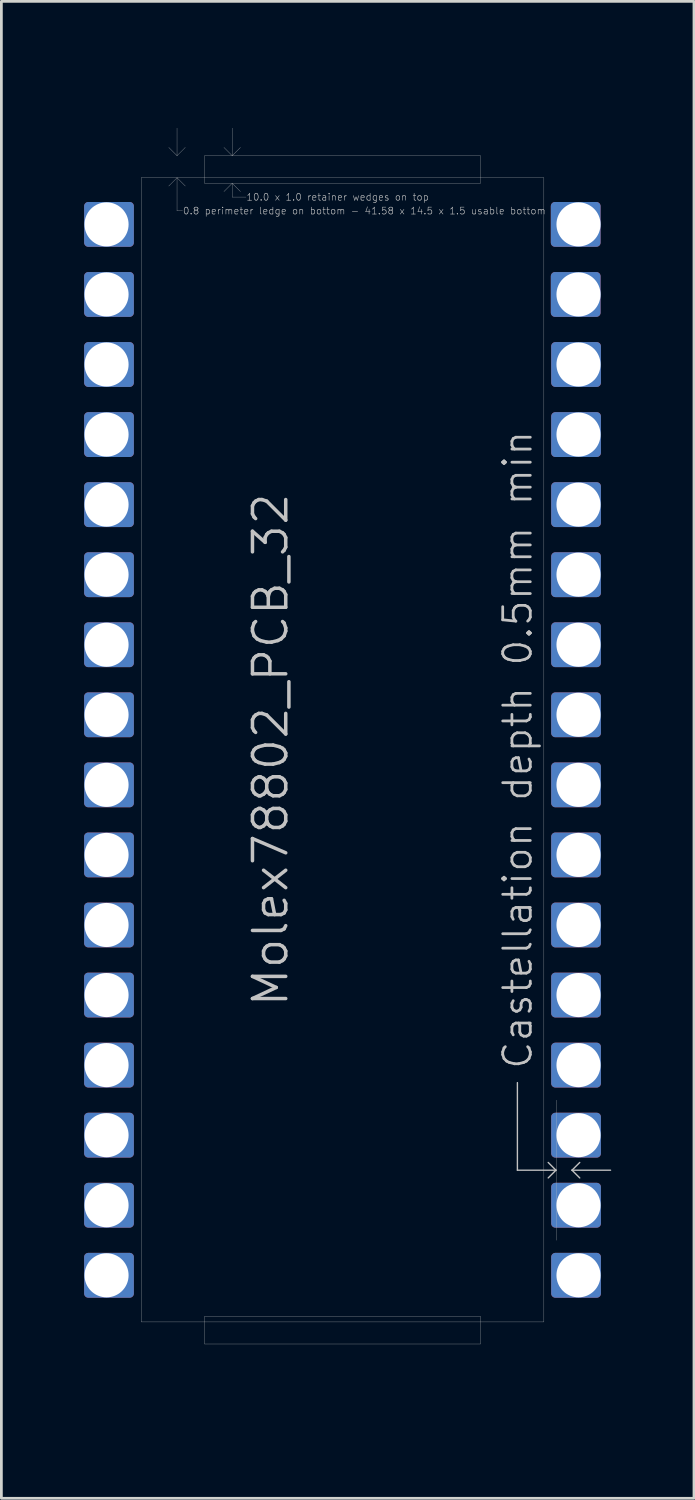
<source format=kicad_pcb>
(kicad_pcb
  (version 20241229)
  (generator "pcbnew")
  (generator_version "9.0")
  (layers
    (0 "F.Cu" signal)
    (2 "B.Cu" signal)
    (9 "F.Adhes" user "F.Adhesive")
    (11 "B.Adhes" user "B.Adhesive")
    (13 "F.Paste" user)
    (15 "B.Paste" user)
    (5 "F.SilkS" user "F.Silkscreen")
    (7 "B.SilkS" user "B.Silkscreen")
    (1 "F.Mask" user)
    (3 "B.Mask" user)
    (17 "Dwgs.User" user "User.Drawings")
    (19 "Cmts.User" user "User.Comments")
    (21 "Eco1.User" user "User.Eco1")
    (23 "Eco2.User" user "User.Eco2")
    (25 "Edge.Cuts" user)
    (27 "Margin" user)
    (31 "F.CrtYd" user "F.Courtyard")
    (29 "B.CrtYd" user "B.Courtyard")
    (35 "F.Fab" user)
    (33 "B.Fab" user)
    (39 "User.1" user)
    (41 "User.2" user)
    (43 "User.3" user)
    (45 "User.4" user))
  (footprint "Molex78802_PCB_32"
    (layer "F.Cu")
    (at 9.368 24.135)
    (property "Reference" "Molex78802_PCB_32" (at -1.905 0 270) (layer "Dwgs.User") (effects (font (size 1.206 1.206) (thickness 0.127)) (justify bottom)))
    (attr exclude_from_pos_files exclude_from_bom)
    (fp_poly (pts (xy -7.717 -18.39) (xy -9.216 -18.39) (xy -9.216 -19.71) (xy -7.717 -19.71)) (stroke (width 0.305) (type solid)) (fill yes) (layer "F.Cu"))
    (fp_poly (pts (xy -7.717 -15.85) (xy -9.216 -15.85) (xy -9.216 -17.17) (xy -7.717 -17.17)) (stroke (width 0.305) (type solid)) (fill yes) (layer "F.Cu"))
    (fp_poly (pts (xy -7.717 -13.31) (xy -9.216 -13.31) (xy -9.216 -14.63) (xy -7.717 -14.63)) (stroke (width 0.305) (type solid)) (fill yes) (layer "F.Cu"))
    (fp_poly (pts (xy -7.717 -10.77) (xy -9.216 -10.77) (xy -9.216 -12.09) (xy -7.717 -12.09)) (stroke (width 0.305) (type solid)) (fill yes) (layer "F.Cu"))
    (fp_poly (pts (xy -7.717 -8.23) (xy -9.216 -8.23) (xy -9.216 -9.55) (xy -7.717 -9.55)) (stroke (width 0.305) (type solid)) (fill yes) (layer "F.Cu"))
    (fp_poly (pts (xy -7.717 -5.69) (xy -9.216 -5.69) (xy -9.216 -7.01) (xy -7.717 -7.01)) (stroke (width 0.305) (type solid)) (fill yes) (layer "F.Cu"))
    (fp_poly (pts (xy -7.717 -3.15) (xy -9.216 -3.15) (xy -9.216 -4.47) (xy -7.717 -4.47)) (stroke (width 0.305) (type solid)) (fill yes) (layer "F.Cu"))
    (fp_poly (pts (xy -7.717 -0.61) (xy -9.216 -0.61) (xy -9.216 -1.93) (xy -7.717 -1.93)) (stroke (width 0.305) (type solid)) (fill yes) (layer "F.Cu"))
    (fp_poly (pts (xy -7.717 1.93) (xy -9.216 1.93) (xy -9.216 0.61) (xy -7.717 0.61)) (stroke (width 0.305) (type solid)) (fill yes) (layer "F.Cu"))
    (fp_poly (pts (xy -7.717 4.47) (xy -9.216 4.47) (xy -9.216 3.15) (xy -7.717 3.15)) (stroke (width 0.305) (type solid)) (fill yes) (layer "F.Cu"))
    (fp_poly (pts (xy -7.717 7.01) (xy -9.216 7.01) (xy -9.216 5.69) (xy -7.717 5.69)) (stroke (width 0.305) (type solid)) (fill yes) (layer "F.Cu"))
    (fp_poly (pts (xy -7.717 9.55) (xy -9.216 9.55) (xy -9.216 8.23) (xy -7.717 8.23)) (stroke (width 0.305) (type solid)) (fill yes) (layer "F.Cu"))
    (fp_poly (pts (xy -7.717 12.09) (xy -9.216 12.09) (xy -9.216 10.77) (xy -7.717 10.77)) (stroke (width 0.305) (type solid)) (fill yes) (layer "F.Cu"))
    (fp_poly (pts (xy -7.717 14.63) (xy -9.216 14.63) (xy -9.216 13.31) (xy -7.717 13.31)) (stroke (width 0.305) (type solid)) (fill yes) (layer "F.Cu"))
    (fp_poly (pts (xy -7.717 17.17) (xy -9.216 17.17) (xy -9.216 15.85) (xy -7.717 15.85)) (stroke (width 0.305) (type solid)) (fill yes) (layer "F.Cu"))
    (fp_poly (pts (xy -7.717 19.71) (xy -9.216 19.71) (xy -9.216 18.39) (xy -7.717 18.39)) (stroke (width 0.305) (type solid)) (fill yes) (layer "F.Cu"))
    (fp_poly (pts (xy 9.203 -18.39) (xy 7.704 -18.39) (xy 7.704 -19.71) (xy 9.203 -19.71)) (stroke (width 0.305) (type solid)) (fill yes) (layer "F.Cu"))
    (fp_poly (pts (xy 9.203 -15.85) (xy 7.704 -15.85) (xy 7.704 -17.17) (xy 9.203 -17.17)) (stroke (width 0.305) (type solid)) (fill yes) (layer "F.Cu"))
    (fp_poly (pts (xy 9.216 -13.31) (xy 7.717 -13.31) (xy 7.717 -14.63) (xy 9.216 -14.63)) (stroke (width 0.305) (type solid)) (fill yes) (layer "F.Cu"))
    (fp_poly (pts (xy 9.216 -10.77) (xy 7.717 -10.77) (xy 7.717 -12.09) (xy 9.216 -12.09)) (stroke (width 0.305) (type solid)) (fill yes) (layer "F.Cu"))
    (fp_poly (pts (xy 9.216 -8.23) (xy 7.717 -8.23) (xy 7.717 -9.55) (xy 9.216 -9.55)) (stroke (width 0.305) (type solid)) (fill yes) (layer "F.Cu"))
    (fp_poly (pts (xy 9.216 -5.69) (xy 7.717 -5.69) (xy 7.717 -7.01) (xy 9.216 -7.01)) (stroke (width 0.305) (type solid)) (fill yes) (layer "F.Cu"))
    (fp_poly (pts (xy 9.216 -3.15) (xy 7.717 -3.15) (xy 7.717 -4.47) (xy 9.216 -4.47)) (stroke (width 0.305) (type solid)) (fill yes) (layer "F.Cu"))
    (fp_poly (pts (xy 9.216 -0.61) (xy 7.717 -0.61) (xy 7.717 -1.93) (xy 9.216 -1.93)) (stroke (width 0.305) (type solid)) (fill yes) (layer "F.Cu"))
    (fp_poly (pts (xy 9.216 1.93) (xy 7.717 1.93) (xy 7.717 0.61) (xy 9.216 0.61)) (stroke (width 0.305) (type solid)) (fill yes) (layer "F.Cu"))
    (fp_poly (pts (xy 9.216 4.47) (xy 7.717 4.47) (xy 7.717 3.15) (xy 9.216 3.15)) (stroke (width 0.305) (type solid)) (fill yes) (layer "F.Cu"))
    (fp_poly (pts (xy 9.216 7.01) (xy 7.717 7.01) (xy 7.717 5.69) (xy 9.216 5.69)) (stroke (width 0.305) (type solid)) (fill yes) (layer "F.Cu"))
    (fp_poly (pts (xy 9.216 9.55) (xy 7.717 9.55) (xy 7.717 8.23) (xy 9.216 8.23)) (stroke (width 0.305) (type solid)) (fill yes) (layer "F.Cu"))
    (fp_poly (pts (xy 9.216 12.09) (xy 7.717 12.09) (xy 7.717 10.77) (xy 9.216 10.77)) (stroke (width 0.305) (type solid)) (fill yes) (layer "F.Cu"))
    (fp_poly (pts (xy 9.216 14.63) (xy 7.717 14.63) (xy 7.717 13.31) (xy 9.216 13.31)) (stroke (width 0.305) (type solid)) (fill yes) (layer "F.Cu"))
    (fp_poly (pts (xy 9.216 17.17) (xy 7.717 17.17) (xy 7.717 15.85) (xy 9.216 15.85)) (stroke (width 0.305) (type solid)) (fill yes) (layer "F.Cu"))
    (fp_poly (pts (xy 9.216 19.71) (xy 7.717 19.71) (xy 7.717 18.39) (xy 9.216 18.39)) (stroke (width 0.305) (type solid)) (fill yes) (layer "F.Cu"))
    (fp_poly (pts (xy -7.717 -18.39) (xy -9.216 -18.39) (xy -9.216 -19.71) (xy -7.717 -19.71)) (stroke (width 0.305) (type solid)) (fill yes) (layer "B.Cu"))
    (fp_poly (pts (xy -7.717 -15.85) (xy -9.216 -15.85) (xy -9.216 -17.17) (xy -7.717 -17.17)) (stroke (width 0.305) (type solid)) (fill yes) (layer "B.Cu"))
    (fp_poly (pts (xy -7.717 -14.63) (xy -9.216 -14.63) (xy -9.216 -13.31) (xy -7.717 -13.31)) (stroke (width 0.305) (type solid)) (fill yes) (layer "B.Cu"))
    (fp_poly (pts (xy -7.717 -12.09) (xy -9.216 -12.09) (xy -9.216 -10.77) (xy -7.717 -10.77)) (stroke (width 0.305) (type solid)) (fill yes) (layer "B.Cu"))
    (fp_poly (pts (xy -7.717 -9.55) (xy -9.216 -9.55) (xy -9.216 -8.23) (xy -7.717 -8.23)) (stroke (width 0.305) (type solid)) (fill yes) (layer "B.Cu"))
    (fp_poly (pts (xy -7.717 -7.01) (xy -9.216 -7.01) (xy -9.216 -5.69) (xy -7.717 -5.69)) (stroke (width 0.305) (type solid)) (fill yes) (layer "B.Cu"))
    (fp_poly (pts (xy -7.717 -4.47) (xy -9.216 -4.47) (xy -9.216 -3.15) (xy -7.717 -3.15)) (stroke (width 0.305) (type solid)) (fill yes) (layer "B.Cu"))
    (fp_poly (pts (xy -7.717 -1.93) (xy -9.216 -1.93) (xy -9.216 -0.61) (xy -7.717 -0.61)) (stroke (width 0.305) (type solid)) (fill yes) (layer "B.Cu"))
    (fp_poly (pts (xy -7.717 0.61) (xy -9.216 0.61) (xy -9.216 1.93) (xy -7.717 1.93)) (stroke (width 0.305) (type solid)) (fill yes) (layer "B.Cu"))
    (fp_poly (pts (xy -7.717 3.15) (xy -9.216 3.15) (xy -9.216 4.47) (xy -7.717 4.47)) (stroke (width 0.305) (type solid)) (fill yes) (layer "B.Cu"))
    (fp_poly (pts (xy -7.717 5.69) (xy -9.216 5.69) (xy -9.216 7.01) (xy -7.717 7.01)) (stroke (width 0.305) (type solid)) (fill yes) (layer "B.Cu"))
    (fp_poly (pts (xy -7.717 8.23) (xy -9.216 8.23) (xy -9.216 9.55) (xy -7.717 9.55)) (stroke (width 0.305) (type solid)) (fill yes) (layer "B.Cu"))
    (fp_poly (pts (xy -7.717 10.77) (xy -9.216 10.77) (xy -9.216 12.09) (xy -7.717 12.09)) (stroke (width 0.305) (type solid)) (fill yes) (layer "B.Cu"))
    (fp_poly (pts (xy -7.717 13.31) (xy -9.216 13.31) (xy -9.216 14.63) (xy -7.717 14.63)) (stroke (width 0.305) (type solid)) (fill yes) (layer "B.Cu"))
    (fp_poly (pts (xy -7.717 15.85) (xy -9.216 15.85) (xy -9.216 17.17) (xy -7.717 17.17)) (stroke (width 0.305) (type solid)) (fill yes) (layer "B.Cu"))
    (fp_poly (pts (xy -7.717 18.39) (xy -9.216 18.39) (xy -9.216 19.71) (xy -7.717 19.71)) (stroke (width 0.305) (type solid)) (fill yes) (layer "B.Cu"))
    (fp_poly (pts (xy 9.203 -18.39) (xy 7.704 -18.39) (xy 7.704 -19.71) (xy 9.203 -19.71)) (stroke (width 0.305) (type solid)) (fill yes) (layer "B.Cu"))
    (fp_poly (pts (xy 9.203 -15.85) (xy 7.704 -15.85) (xy 7.704 -17.17) (xy 9.203 -17.17)) (stroke (width 0.305) (type solid)) (fill yes) (layer "B.Cu"))
    (fp_poly (pts (xy 9.216 -14.63) (xy 7.717 -14.63) (xy 7.717 -13.31) (xy 9.216 -13.31)) (stroke (width 0.305) (type solid)) (fill yes) (layer "B.Cu"))
    (fp_poly (pts (xy 9.216 -12.09) (xy 7.717 -12.09) (xy 7.717 -10.77) (xy 9.216 -10.77)) (stroke (width 0.305) (type solid)) (fill yes) (layer "B.Cu"))
    (fp_poly (pts (xy 9.216 -9.55) (xy 7.717 -9.55) (xy 7.717 -8.23) (xy 9.216 -8.23)) (stroke (width 0.305) (type solid)) (fill yes) (layer "B.Cu"))
    (fp_poly (pts (xy 9.216 -7.01) (xy 7.717 -7.01) (xy 7.717 -5.69) (xy 9.216 -5.69)) (stroke (width 0.305) (type solid)) (fill yes) (layer "B.Cu"))
    (fp_poly (pts (xy 9.216 -4.47) (xy 7.717 -4.47) (xy 7.717 -3.15) (xy 9.216 -3.15)) (stroke (width 0.305) (type solid)) (fill yes) (layer "B.Cu"))
    (fp_poly (pts (xy 9.216 -1.93) (xy 7.717 -1.93) (xy 7.717 -0.61) (xy 9.216 -0.61)) (stroke (width 0.305) (type solid)) (fill yes) (layer "B.Cu"))
    (fp_poly (pts (xy 9.216 0.61) (xy 7.717 0.61) (xy 7.717 1.93) (xy 9.216 1.93)) (stroke (width 0.305) (type solid)) (fill yes) (layer "B.Cu"))
    (fp_poly (pts (xy 9.216 3.15) (xy 7.717 3.15) (xy 7.717 4.47) (xy 9.216 4.47)) (stroke (width 0.305) (type solid)) (fill yes) (layer "B.Cu"))
    (fp_poly (pts (xy 9.216 5.69) (xy 7.717 5.69) (xy 7.717 7.01) (xy 9.216 7.01)) (stroke (width 0.305) (type solid)) (fill yes) (layer "B.Cu"))
    (fp_poly (pts (xy 9.216 8.23) (xy 7.717 8.23) (xy 7.717 9.55) (xy 9.216 9.55)) (stroke (width 0.305) (type solid)) (fill yes) (layer "B.Cu"))
    (fp_poly (pts (xy 9.216 10.77) (xy 7.717 10.77) (xy 7.717 12.09) (xy 9.216 12.09)) (stroke (width 0.305) (type solid)) (fill yes) (layer "B.Cu"))
    (fp_poly (pts (xy 9.216 13.31) (xy 7.717 13.31) (xy 7.717 14.63) (xy 9.216 14.63)) (stroke (width 0.305) (type solid)) (fill yes) (layer "B.Cu"))
    (fp_poly (pts (xy 9.216 15.85) (xy 7.717 15.85) (xy 7.717 17.17) (xy 9.216 17.17)) (stroke (width 0.305) (type solid)) (fill yes) (layer "B.Cu"))
    (fp_poly (pts (xy 9.216 18.39) (xy 7.717 18.39) (xy 7.717 19.71) (xy 9.216 19.71)) (stroke (width 0.305) (type solid)) (fill yes) (layer "B.Cu"))
    (fp_line (start -7.3 -20.74) (end -7.3 20.74) (stroke (width 0.01) (type solid)) (layer "Dwgs.User"))
    (fp_line (start -7.3 -20.74) (end 7.3 -20.74) (stroke (width 0.01) (type solid)) (layer "Dwgs.User"))
    (fp_line (start -7.3 20.74) (end 7.3 20.74) (stroke (width 0.01) (type solid)) (layer "Dwgs.User"))
    (fp_line (start -6 -21.54) (end -6.3 -21.84) (stroke (width 0.01) (type solid)) (layer "Dwgs.User"))
    (fp_line (start -6 -21.54) (end -6 -22.54) (stroke (width 0.01) (type solid)) (layer "Dwgs.User"))
    (fp_line (start -6 -21.54) (end -5.7 -21.84) (stroke (width 0.01) (type solid)) (layer "Dwgs.User"))
    (fp_line (start -6 -20.74) (end -6.3 -20.44) (stroke (width 0.01) (type solid)) (layer "Dwgs.User"))
    (fp_line (start -6 -20.74) (end -6 -19.54) (stroke (width 0.01) (type solid)) (layer "Dwgs.User"))
    (fp_line (start -6 -20.74) (end -5.7 -20.44) (stroke (width 0.01) (type solid)) (layer "Dwgs.User"))
    (fp_line (start -6 -19.54) (end -5.8 -19.54) (stroke (width 0.01) (type solid)) (layer "Dwgs.User"))
    (fp_line (start -5 -21.54) (end -5 -20.54) (stroke (width 0.01) (type solid)) (layer "Dwgs.User"))
    (fp_line (start -5 -20.54) (end 5 -20.54) (stroke (width 0.01) (type solid)) (layer "Dwgs.User"))
    (fp_line (start -5 20.54) (end -5 21.54) (stroke (width 0.01) (type solid)) (layer "Dwgs.User"))
    (fp_line (start -5 20.54) (end 5 20.54) (stroke (width 0.01) (type solid)) (layer "Dwgs.User"))
    (fp_line (start -5 21.54) (end 5 21.54) (stroke (width 0.01) (type solid)) (layer "Dwgs.User"))
    (fp_line (start -4 -21.54) (end -4.3 -21.84) (stroke (width 0.01) (type solid)) (layer "Dwgs.User"))
    (fp_line (start -4 -21.54) (end -4 -22.54) (stroke (width 0.01) (type solid)) (layer "Dwgs.User"))
    (fp_line (start -4 -21.54) (end -3.7 -21.84) (stroke (width 0.01) (type solid)) (layer "Dwgs.User"))
    (fp_line (start -4 -20.54) (end -4.3 -20.24) (stroke (width 0.01) (type solid)) (layer "Dwgs.User"))
    (fp_line (start -4 -20.54) (end -4 -20.04) (stroke (width 0.01) (type solid)) (layer "Dwgs.User"))
    (fp_line (start -4 -20.54) (end -3.7 -20.24) (stroke (width 0.01) (type solid)) (layer "Dwgs.User"))
    (fp_line (start -4 -20.04) (end -3.5 -20.04) (stroke (width 0.01) (type solid)) (layer "Dwgs.User"))
    (fp_line (start 5 -21.54) (end -5 -21.54) (stroke (width 0.01) (type solid)) (layer "Dwgs.User"))
    (fp_line (start 5 -20.54) (end 5 -21.54) (stroke (width 0.01) (type solid)) (layer "Dwgs.User"))
    (fp_line (start 5 21.54) (end 5 20.54) (stroke (width 0.01) (type solid)) (layer "Dwgs.User"))
    (fp_line (start 6.34 12.065) (end 6.34 15.24) (stroke (width 0.05) (type solid)) (layer "Dwgs.User"))
    (fp_line (start 6.34 15.24) (end 7.737 15.24) (stroke (width 0.05) (type solid)) (layer "Dwgs.User"))
    (fp_line (start 7.3 -20.74) (end 7.3 20.74) (stroke (width 0.01) (type solid)) (layer "Dwgs.User"))
    (fp_line (start 7.457 14.96) (end 7.737 15.24) (stroke (width 0.05) (type solid)) (layer "Dwgs.User"))
    (fp_line (start 7.737 15.24) (end 7.457 15.52) (stroke (width 0.05) (type solid)) (layer "Dwgs.User"))
    (fp_line (start 7.757 17.78) (end 7.757 12.7) (stroke (width 0.01) (type solid)) (layer "Dwgs.User"))
    (fp_line (start 8.32 15.24) (end 8.6 15.52) (stroke (width 0.05) (type solid)) (layer "Dwgs.User"))
    (fp_line (start 8.32 15.24) (end 9.717 15.24) (stroke (width 0.05) (type solid)) (layer "Dwgs.User"))
    (fp_line (start 8.6 14.96) (end 8.32 15.24) (stroke (width 0.05) (type solid)) (layer "Dwgs.User"))
    (fp_line (start -8.26 -21.59) (end -0.762 -21.59) (stroke (width 0.01) (type solid)) (layer "Eco1.User"))
    (fp_line (start -8.26 21.59) (end -8.26 -21.59) (stroke (width 0.01) (type solid)) (layer "Eco1.User"))
    (fp_line (start -8.26 21.59) (end -4.559 21.59) (stroke (width 0.01) (type solid)) (layer "Eco1.User"))
    (fp_line (start -4.559 21.59) (end -4.559 24.13) (stroke (width 0.01) (type solid)) (layer "Eco1.User"))
    (fp_line (start -4.559 24.13) (end -3.035 24.13) (stroke (width 0.01) (type solid)) (layer "Eco1.User"))
    (fp_line (start -3.035 24.13) (end -3.035 21.59) (stroke (width 0.01) (type solid)) (layer "Eco1.User"))
    (fp_line (start -0.762 -24.13) (end 0.762 -24.13) (stroke (width 0.01) (type solid)) (layer "Eco1.User"))
    (fp_line (start -0.762 -21.59) (end -0.762 -24.13) (stroke (width 0.01) (type solid)) (layer "Eco1.User"))
    (fp_line (start 0.762 -24.13) (end 0.762 -21.59) (stroke (width 0.01) (type solid)) (layer "Eco1.User"))
    (fp_line (start 0.762 -21.59) (end 8.26 -21.59) (stroke (width 0.01) (type solid)) (layer "Eco1.User"))
    (fp_line (start 3.035 21.59) (end -3.035 21.59) (stroke (width 0.01) (type solid)) (layer "Eco1.User"))
    (fp_line (start 3.035 24.13) (end 3.035 21.59) (stroke (width 0.01) (type solid)) (layer "Eco1.User"))
    (fp_line (start 4.559 21.59) (end 4.559 24.13) (stroke (width 0.01) (type solid)) (layer "Eco1.User"))
    (fp_line (start 4.559 21.59) (end 8.26 21.59) (stroke (width 0.01) (type solid)) (layer "Eco1.User"))
    (fp_line (start 4.559 24.13) (end 3.035 24.13) (stroke (width 0.01) (type solid)) (layer "Eco1.User"))
    (fp_line (start 8.26 21.59) (end 8.26 -21.59) (stroke (width 0.01) (type solid)) (layer "Eco1.User"))
    (fp_line (start -8.3 21.54) (end -8.3 -19.74) (stroke (width 0.01) (type solid)) (layer "Eco2.User"))
    (fp_line (start -8.3 21.54) (end 8.3 21.54) (stroke (width 0.01) (type solid)) (layer "Eco2.User"))
    (fp_line (start -6.5 -21.54) (end -8.3 -19.74) (stroke (width 0.01) (type solid)) (layer "Eco2.User"))
    (fp_line (start -6.5 -21.54) (end 8.3 -21.54) (stroke (width 0.01) (type solid)) (layer "Eco2.User"))
    (fp_line (start 8.3 21.54) (end 8.3 -21.54) (stroke (width 0.01) (type solid)) (layer "Eco2.User"))
    (fp_text user "0.8 perimeter ledge on bottom - 41.58 x 14.5 x 1.5 usable bottom" (at -5.8 -19.54 0) (layer "Dwgs.User") (effects (font (size 0.25 0.25) (thickness 0.02)) (justify left)))
    (fp_text user "Castellation depth 0.5mm min" (at 6.35 0 270) (layer "Dwgs.User") (effects (font (size 1 1) (thickness 0.1))))
    (fp_text user "10.0 x 1.0 retainer wedges on top" (at -3.5 -20.04 0) (layer "Dwgs.User") (effects (font (size 0.25 0.25) (thickness 0.02)) (justify left)))
    (fp_text user "Eco1.User is Edge.Cuts for use without carrier." (at -4.445 0 270) (layer "Eco1.User") (effects (font (size 0.8 0.8) (thickness 0.05))))
    (fp_text user "Board outline: 0.01mm grid, copy Eco2.User" (at -6 0 270) (layer "Eco2.User") (effects (font (size 1 1) (thickness 0.1))))
    (pad "1" thru_hole circle (at -8.555 -19.05) (size 1.6 1.6) (drill 1.598) (layers "*.Cu" "*.Mask"))
    (pad "2" thru_hole circle (at -8.555 -16.51) (size 1.6 1.6) (drill 1.598) (layers "*.Cu" "*.Mask"))
    (pad "3" thru_hole circle (at -8.555 -13.97) (size 1.6 1.6) (drill 1.598) (layers "*.Cu" "*.Mask"))
    (pad "4" thru_hole circle (at -8.555 -11.43) (size 1.6 1.6) (drill 1.598) (layers "*.Cu" "*.Mask"))
    (pad "5" thru_hole circle (at -8.555 -8.89) (size 1.6 1.6) (drill 1.598) (layers "*.Cu" "*.Mask"))
    (pad "6" thru_hole circle (at -8.555 -6.35) (size 1.6 1.6) (drill 1.598) (layers "*.Cu" "*.Mask"))
    (pad "7" thru_hole circle (at -8.555 -3.81) (size 1.6 1.6) (drill 1.598) (layers "*.Cu" "*.Mask"))
    (pad "8" thru_hole circle (at -8.555 -1.27) (size 1.6 1.6) (drill 1.598) (layers "*.Cu" "*.Mask"))
    (pad "9" thru_hole circle (at -8.555 1.27) (size 1.6 1.6) (drill 1.598) (layers "*.Cu" "*.Mask"))
    (pad "10" thru_hole circle (at -8.555 3.81) (size 1.6 1.6) (drill 1.598) (layers "*.Cu" "*.Mask"))
    (pad "11" thru_hole circle (at -8.555 6.35) (size 1.6 1.6) (drill 1.598) (layers "*.Cu" "*.Mask"))
    (pad "12" thru_hole circle (at -8.555 8.89) (size 1.6 1.6) (drill 1.598) (layers "*.Cu" "*.Mask"))
    (pad "13" thru_hole circle (at -8.555 11.43) (size 1.6 1.6) (drill 1.598) (layers "*.Cu" "*.Mask"))
    (pad "14" thru_hole circle (at -8.555 13.97) (size 1.6 1.6) (drill 1.598) (layers "*.Cu" "*.Mask"))
    (pad "15" thru_hole circle (at -8.555 16.51) (size 1.6 1.6) (drill 1.598) (layers "*.Cu" "*.Mask"))
    (pad "16" thru_hole circle (at -8.555 19.05) (size 1.6 1.6) (drill 1.598) (layers "*.Cu" "*.Mask"))
    (pad "17" thru_hole circle (at 8.555 19.05 180) (size 1.6 1.6) (drill 1.598) (layers "*.Cu" "*.Mask"))
    (pad "18" thru_hole circle (at 8.555 16.51 180) (size 1.6 1.6) (drill 1.598) (layers "*.Cu" "*.Mask"))
    (pad "19" thru_hole circle (at 8.555 13.97 180) (size 1.6 1.6) (drill 1.598) (layers "*.Cu" "*.Mask"))
    (pad "20" thru_hole circle (at 8.555 11.43 180) (size 1.6 1.6) (drill 1.598) (layers "*.Cu" "*.Mask"))
    (pad "21" thru_hole circle (at 8.555 8.89 180) (size 1.6 1.6) (drill 1.598) (layers "*.Cu" "*.Mask"))
    (pad "22" thru_hole circle (at 8.555 6.35 180) (size 1.6 1.6) (drill 1.598) (layers "*.Cu" "*.Mask"))
    (pad "23" thru_hole circle (at 8.555 3.81 180) (size 1.6 1.6) (drill 1.598) (layers "*.Cu" "*.Mask"))
    (pad "24" thru_hole circle (at 8.555 1.27 180) (size 1.6 1.6) (drill 1.598) (layers "*.Cu" "*.Mask"))
    (pad "25" thru_hole circle (at 8.555 -1.27 180) (size 1.6 1.6) (drill 1.598) (layers "*.Cu" "*.Mask"))
    (pad "26" thru_hole circle (at 8.555 -3.81 180) (size 1.6 1.6) (drill 1.598) (layers "*.Cu" "*.Mask"))
    (pad "27" thru_hole circle (at 8.555 -6.35 180) (size 1.6 1.6) (drill 1.598) (layers "*.Cu" "*.Mask"))
    (pad "28" thru_hole circle (at 8.555 -8.89 180) (size 1.6 1.6) (drill 1.598) (layers "*.Cu" "*.Mask"))
    (pad "29" thru_hole circle (at 8.555 -11.43 180) (size 1.6 1.6) (drill 1.598) (layers "*.Cu" "*.Mask"))
    (pad "30" thru_hole circle (at 8.555 -13.97 180) (size 1.6 1.6) (drill 1.598) (layers "*.Cu" "*.Mask"))
    (pad "31" thru_hole circle (at 8.555 -16.51 180) (size 1.6 1.6) (drill 1.598) (layers "*.Cu" "*.Mask"))
    (pad "32" thru_hole circle (at 8.555 -19.05 180) (size 1.6 1.6) (drill 1.598) (layers "*.Cu" "*.Mask")))
  (gr_rect
    (start -3 -3)
    (end 22.11 51.27)
    (stroke (width 0.1) (type default))
    (fill no)
    (layer "Edge.Cuts")))
</source>
